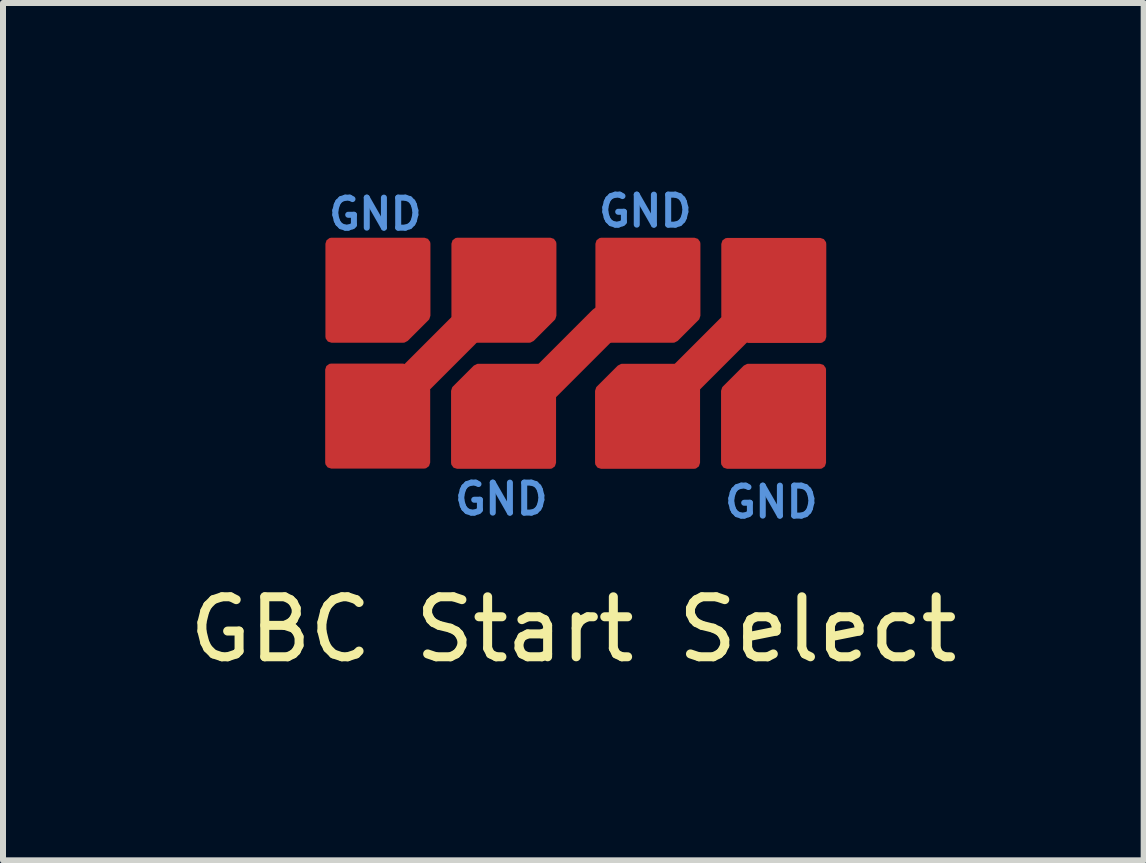
<source format=kicad_pcb>
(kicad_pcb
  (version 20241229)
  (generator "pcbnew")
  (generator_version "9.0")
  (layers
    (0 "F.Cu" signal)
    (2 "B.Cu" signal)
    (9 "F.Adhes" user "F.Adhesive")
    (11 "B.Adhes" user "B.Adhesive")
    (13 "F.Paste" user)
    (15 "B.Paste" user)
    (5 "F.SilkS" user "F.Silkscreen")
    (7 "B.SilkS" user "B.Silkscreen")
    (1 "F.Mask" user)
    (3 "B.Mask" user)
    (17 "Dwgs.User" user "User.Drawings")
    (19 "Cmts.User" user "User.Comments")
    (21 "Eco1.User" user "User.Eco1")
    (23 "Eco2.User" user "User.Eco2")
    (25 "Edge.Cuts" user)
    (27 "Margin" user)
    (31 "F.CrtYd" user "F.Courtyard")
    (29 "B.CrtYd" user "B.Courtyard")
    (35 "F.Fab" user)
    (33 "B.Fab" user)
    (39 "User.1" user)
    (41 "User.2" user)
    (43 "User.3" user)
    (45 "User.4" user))
  (footprint "GBC Start Select"
    (layer "F.Cu")
    (at 6.506 2.768)
    (property "Reference" "GBC Start Select" (at 0 4.674 0) (unlocked yes) (layer "F.SilkS") (effects (font (size 1 1) (thickness 0.15))))
    (attr smd)
    (fp_line (start -2.695 0.555) (end -1.845 -0.295) (stroke (width 0.6) (type solid)) (layer "F.Cu"))
    (fp_line (start -0.48 0.57) (end 0.52 -0.43) (stroke (width 0.6) (type solid)) (layer "F.Cu"))
    (fp_line (start 1.915 0.445) (end 2.765 -0.405) (stroke (width 0.6) (type solid)) (layer "F.Cu"))
    (fp_text user "GND" (at -1.2 2.5 0) (unlocked yes) (layer "Cmts.User") (effects (font (size 0.5 0.5) (thickness 0.1))))
    (fp_text user "GND" (at 1.2 -2.3 0) (unlocked yes) (layer "Cmts.User") (effects (font (size 0.5 0.5) (thickness 0.1))))
    (fp_text user "GND" (at 3.3 2.55 0) (unlocked yes) (layer "Cmts.User") (effects (font (size 0.5 0.5) (thickness 0.1))))
    (fp_text user "GND" (at -3.3 -2.25 0) (unlocked yes) (layer "Cmts.User") (effects (font (size 0.5 0.5) (thickness 0.1))))
    (pad "1" smd custom (at -3.76 -1.35) (size 0.712 0.712) (layers "F.Cu" "F.Mask" "F.Paste") (options (anchor circle)) (primitives (gr_poly (pts (xy 0.262 -0.342) (xy 0.319 -0.304) (xy 0.358 -0.246) (xy 0.371 -0.178) (xy 0.371 0.178) (xy 0.358 0.246) (xy 0.319 0.304) (xy 0.262 0.342) (xy 0.194 0.356) (xy -0.194 0.356) (xy -0.262 0.342) (xy -0.319 0.304) (xy -0.358 0.246) (xy -0.371 0.178) (xy -0.371 -0.178) (xy -0.358 -0.246) (xy -0.319 -0.304) (xy -0.262 -0.342) (xy -0.194 -0.356) (xy 0.194 -0.356)) (width 0) (fill yes)) (gr_poly (pts (xy 1.278 0.794) (xy 0.928 1.144) (xy -0.272 1.144) (xy -0.272 -0.406) (xy 1.278 -0.406)) (width 0.2) (fill yes))))
    (pad "2" smd custom (at -1.66 -1.35) (size 0.712 0.712) (layers "F.Cu" "F.Mask" "F.Paste") (options (anchor circle)) (primitives (gr_poly (pts (xy 0.262 -0.342) (xy 0.319 -0.304) (xy 0.358 -0.246) (xy 0.371 -0.178) (xy 0.371 0.178) (xy 0.358 0.246) (xy 0.319 0.304) (xy 0.262 0.342) (xy 0.194 0.356) (xy -0.194 0.356) (xy -0.262 0.342) (xy -0.319 0.304) (xy -0.358 0.246) (xy -0.371 0.178) (xy -0.371 -0.178) (xy -0.358 -0.246) (xy -0.319 -0.304) (xy -0.262 -0.342) (xy -0.194 -0.356) (xy 0.194 -0.356)) (width 0) (fill yes)) (gr_poly (pts (xy 1.278 0.794) (xy 0.928 1.144) (xy -0.272 1.144) (xy -0.272 -0.406) (xy 1.278 -0.406)) (width 0.2) (fill yes))))
    (pad "3" smd custom (at 0.74 -1.35) (size 0.712 0.712) (layers "F.Cu" "F.Mask" "F.Paste") (options (anchor circle)) (primitives (gr_poly (pts (xy 0.262 -0.342) (xy 0.319 -0.304) (xy 0.358 -0.246) (xy 0.371 -0.178) (xy 0.371 0.178) (xy 0.358 0.246) (xy 0.319 0.304) (xy 0.262 0.342) (xy 0.194 0.356) (xy -0.194 0.356) (xy -0.262 0.342) (xy -0.319 0.304) (xy -0.358 0.246) (xy -0.371 0.178) (xy -0.371 -0.178) (xy -0.358 -0.246) (xy -0.319 -0.304) (xy -0.262 -0.342) (xy -0.194 -0.356) (xy 0.194 -0.356)) (width 0) (fill yes)) (gr_poly (pts (xy 1.278 0.794) (xy 0.928 1.144) (xy -0.272 1.144) (xy -0.272 -0.406) (xy 1.278 -0.406)) (width 0.2) (fill yes))))
    (pad "4" smd custom (at 3.71 -1.48 270) (size 0.712 0.712) (layers "F.Cu" "F.Mask" "F.Paste") (options (anchor circle)) (primitives (gr_poly (pts (xy 0.262 -0.342) (xy 0.319 -0.304) (xy 0.358 -0.246) (xy 0.371 -0.178) (xy 0.371 0.178) (xy 0.358 0.246) (xy 0.319 0.304) (xy 0.262 0.342) (xy 0.194 0.356) (xy -0.194 0.356) (xy -0.262 0.342) (xy -0.319 0.304) (xy -0.358 0.246) (xy -0.371 0.178) (xy -0.371 -0.178) (xy -0.358 -0.246) (xy -0.319 -0.304) (xy -0.262 -0.342) (xy -0.194 -0.356) (xy 0.194 -0.356)) (width 0) (fill yes)) (gr_poly (pts (xy 1.278 0.794) (xy 0.928 1.144) (xy -0.272 1.144) (xy -0.272 -0.406) (xy 1.278 -0.406)) (width 0.2) (fill yes))))
    (pad "5" smd custom (at -3.63 1.62 90) (size 0.712 0.712) (layers "F.Cu" "F.Mask" "F.Paste") (options (anchor circle)) (primitives (gr_poly (pts (xy 0.262 -0.342) (xy 0.319 -0.304) (xy 0.358 -0.246) (xy 0.371 -0.178) (xy 0.371 0.178) (xy 0.358 0.246) (xy 0.319 0.304) (xy 0.262 0.342) (xy 0.194 0.356) (xy -0.194 0.356) (xy -0.262 0.342) (xy -0.319 0.304) (xy -0.358 0.246) (xy -0.371 0.178) (xy -0.371 -0.178) (xy -0.358 -0.246) (xy -0.319 -0.304) (xy -0.262 -0.342) (xy -0.194 -0.356) (xy 0.194 -0.356)) (width 0) (fill yes)) (gr_poly (pts (xy 1.278 0.794) (xy 0.928 1.144) (xy -0.272 1.144) (xy -0.272 -0.406) (xy 1.278 -0.406)) (width 0.2) (fill yes))))
    (pad "6" smd custom (at -0.66 1.49 180) (size 0.712 0.712) (layers "F.Cu" "F.Mask" "F.Paste") (options (anchor circle)) (primitives (gr_poly (pts (xy 0.262 -0.342) (xy 0.319 -0.304) (xy 0.358 -0.246) (xy 0.371 -0.178) (xy 0.371 0.178) (xy 0.358 0.246) (xy 0.319 0.304) (xy 0.262 0.342) (xy 0.194 0.356) (xy -0.194 0.356) (xy -0.262 0.342) (xy -0.319 0.304) (xy -0.358 0.246) (xy -0.371 0.178) (xy -0.371 -0.178) (xy -0.358 -0.246) (xy -0.319 -0.304) (xy -0.262 -0.342) (xy -0.194 -0.356) (xy 0.194 -0.356)) (width 0) (fill yes)) (gr_poly (pts (xy 1.278 0.794) (xy 0.928 1.144) (xy -0.272 1.144) (xy -0.272 -0.406) (xy 1.278 -0.406)) (width 0.2) (fill yes))))
    (pad "7" smd custom (at 1.74 1.49 180) (size 0.712 0.712) (layers "F.Cu" "F.Mask" "F.Paste") (options (anchor circle)) (primitives (gr_poly (pts (xy 0.262 -0.342) (xy 0.319 -0.304) (xy 0.358 -0.246) (xy 0.371 -0.178) (xy 0.371 0.178) (xy 0.358 0.246) (xy 0.319 0.304) (xy 0.262 0.342) (xy 0.194 0.356) (xy -0.194 0.356) (xy -0.262 0.342) (xy -0.319 0.304) (xy -0.358 0.246) (xy -0.371 0.178) (xy -0.371 -0.178) (xy -0.358 -0.246) (xy -0.319 -0.304) (xy -0.262 -0.342) (xy -0.194 -0.356) (xy 0.194 -0.356)) (width 0) (fill yes)) (gr_poly (pts (xy 1.278 0.794) (xy 0.928 1.144) (xy -0.272 1.144) (xy -0.272 -0.406) (xy 1.278 -0.406)) (width 0.2) (fill yes))))
    (pad "8" smd custom (at 3.84 1.49 180) (size 0.712 0.712) (layers "F.Cu" "F.Mask" "F.Paste") (options (anchor circle)) (primitives (gr_poly (pts (xy 0.262 -0.342) (xy 0.319 -0.304) (xy 0.358 -0.246) (xy 0.371 -0.178) (xy 0.371 0.178) (xy 0.358 0.246) (xy 0.319 0.304) (xy 0.262 0.342) (xy 0.194 0.356) (xy -0.194 0.356) (xy -0.262 0.342) (xy -0.319 0.304) (xy -0.358 0.246) (xy -0.371 0.178) (xy -0.371 -0.178) (xy -0.358 -0.246) (xy -0.319 -0.304) (xy -0.262 -0.342) (xy -0.194 -0.356) (xy 0.194 -0.356)) (width 0) (fill yes)) (gr_poly (pts (xy 1.278 0.794) (xy 0.928 1.144) (xy -0.272 1.144) (xy -0.272 -0.406) (xy 1.278 -0.406)) (width 0.2) (fill yes)))))
  (gr_rect
    (start -3 -3)
    (end 16.012 11.29)
    (stroke (width 0.1) (type default))
    (fill no)
    (layer "Edge.Cuts")))
</source>
